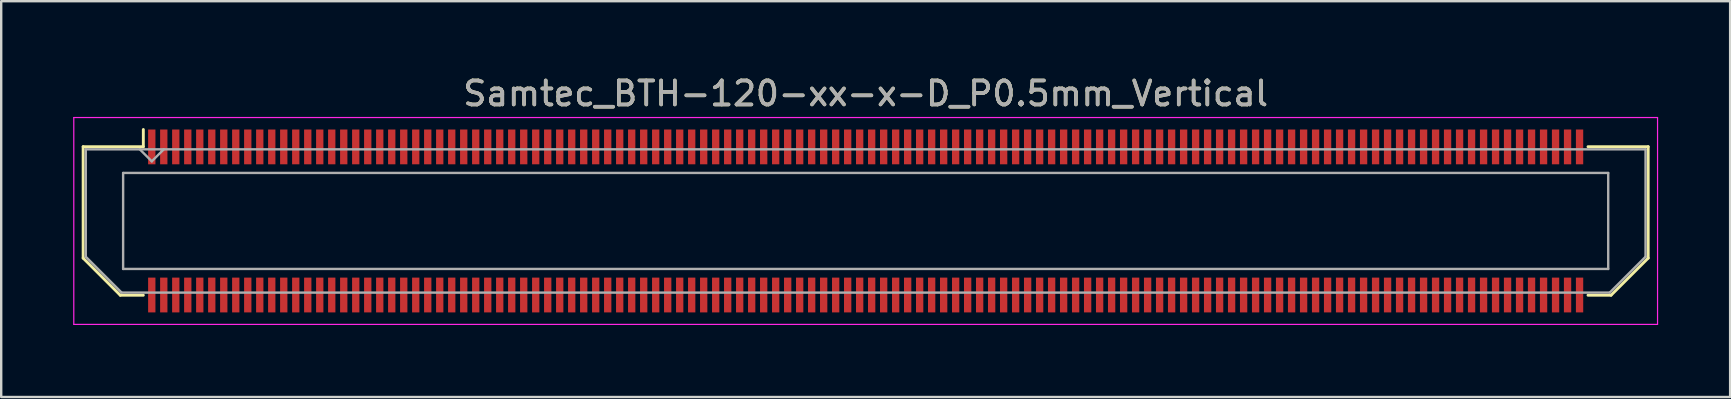
<source format=kicad_pcb>
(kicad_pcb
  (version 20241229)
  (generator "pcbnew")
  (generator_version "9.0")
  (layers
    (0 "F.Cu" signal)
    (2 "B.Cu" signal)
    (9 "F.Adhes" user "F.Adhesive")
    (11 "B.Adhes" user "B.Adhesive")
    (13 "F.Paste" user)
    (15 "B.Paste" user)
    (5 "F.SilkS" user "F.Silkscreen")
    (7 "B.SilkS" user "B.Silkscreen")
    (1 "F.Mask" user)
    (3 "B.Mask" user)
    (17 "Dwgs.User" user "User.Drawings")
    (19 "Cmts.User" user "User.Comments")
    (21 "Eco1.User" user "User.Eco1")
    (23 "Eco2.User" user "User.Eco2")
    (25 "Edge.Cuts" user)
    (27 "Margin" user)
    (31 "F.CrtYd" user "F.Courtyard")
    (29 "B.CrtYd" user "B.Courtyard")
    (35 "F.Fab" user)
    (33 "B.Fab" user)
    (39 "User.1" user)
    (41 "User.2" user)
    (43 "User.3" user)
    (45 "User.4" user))
  (footprint "Samtec_BTH-120-xx-x-D_P0.5mm_Vertical"
    (layer "F.Cu")
    (at 33.025 6.158)
    (property "Reference" "Samtec_BTH-120-xx-x-D_P0.5mm_Vertical" (at 0 -5.31 0) (layer "F.SilkS") (effects (font (size 1 1) (thickness 0.15))))
    (attr smd)
    (fp_line (start -32.61 -3.095) (end -32.61 1.548) (stroke (width 0.12) (type solid)) (layer "F.SilkS"))
    (fp_line (start -32.61 1.548) (end -31.062 3.095) (stroke (width 0.12) (type solid)) (layer "F.SilkS"))
    (fp_line (start -31.062 3.095) (end -30.102 3.095) (stroke (width 0.12) (type solid)) (layer "F.SilkS"))
    (fp_line (start -30.102 -3.811) (end -30.102 -3.095) (stroke (width 0.12) (type solid)) (layer "F.SilkS"))
    (fp_line (start -30.102 -3.095) (end -32.61 -3.095) (stroke (width 0.12) (type solid)) (layer "F.SilkS"))
    (fp_line (start 30.102 -3.095) (end 32.61 -3.095) (stroke (width 0.12) (type solid)) (layer "F.SilkS"))
    (fp_line (start 31.062 3.095) (end 30.102 3.095) (stroke (width 0.12) (type solid)) (layer "F.SilkS"))
    (fp_line (start 32.61 -3.095) (end 32.61 1.548) (stroke (width 0.12) (type solid)) (layer "F.SilkS"))
    (fp_line (start 32.61 1.548) (end 31.062 3.095) (stroke (width 0.12) (type solid)) (layer "F.SilkS"))
    (fp_line (start -33 -4.31) (end -33 4.31) (stroke (width 0.05) (type solid)) (layer "F.CrtYd"))
    (fp_line (start -33 4.31) (end 33 4.31) (stroke (width 0.05) (type solid)) (layer "F.CrtYd"))
    (fp_line (start 33 -4.31) (end -33 -4.31) (stroke (width 0.05) (type solid)) (layer "F.CrtYd"))
    (fp_line (start 33 4.31) (end 33 -4.31) (stroke (width 0.05) (type solid)) (layer "F.CrtYd"))
    (fp_line (start -32.5 -2.985) (end -32.5 1.492) (stroke (width 0.1) (type solid)) (layer "F.Fab"))
    (fp_line (start -32.5 -2.985) (end 32.5 -2.985) (stroke (width 0.1) (type solid)) (layer "F.Fab"))
    (fp_line (start -32.5 1.492) (end -31.008 2.985) (stroke (width 0.1) (type solid)) (layer "F.Fab"))
    (fp_line (start -31.008 2.985) (end 31.008 2.985) (stroke (width 0.1) (type solid)) (layer "F.Fab"))
    (fp_line (start -30.944 -2) (end -30.944 2) (stroke (width 0.1) (type solid)) (layer "F.Fab"))
    (fp_line (start -30.944 2) (end 30.944 2) (stroke (width 0.1) (type solid)) (layer "F.Fab"))
    (fp_line (start -29.75 -2.485) (end -30.25 -2.985) (stroke (width 0.1) (type solid)) (layer "F.Fab"))
    (fp_line (start -29.25 -2.985) (end -29.75 -2.485) (stroke (width 0.1) (type solid)) (layer "F.Fab"))
    (fp_line (start 30.944 -2) (end -30.944 -2) (stroke (width 0.1) (type solid)) (layer "F.Fab"))
    (fp_line (start 30.944 2) (end 30.944 -2) (stroke (width 0.1) (type solid)) (layer "F.Fab"))
    (fp_line (start 32.5 -2.985) (end 32.5 1.492) (stroke (width 0.1) (type solid)) (layer "F.Fab"))
    (fp_line (start 32.5 1.492) (end 31.008 2.985) (stroke (width 0.1) (type solid)) (layer "F.Fab"))
    (fp_text user "${REFERENCE}" (at 0 -5.31 0) (layer "F.Fab") (effects (font (size 1 1) (thickness 0.15))))
    (pad "1" smd rect (at -29.75 -3.086) (size 0.305 1.45) (layers "F.Cu" "F.Mask" "F.Paste"))
    (pad "2" smd rect (at -29.75 3.086) (size 0.305 1.45) (layers "F.Cu" "F.Mask" "F.Paste"))
    (pad "3" smd rect (at -29.25 -3.086) (size 0.305 1.45) (layers "F.Cu" "F.Mask" "F.Paste"))
    (pad "4" smd rect (at -29.25 3.086) (size 0.305 1.45) (layers "F.Cu" "F.Mask" "F.Paste"))
    (pad "5" smd rect (at -28.75 -3.086) (size 0.305 1.45) (layers "F.Cu" "F.Mask" "F.Paste"))
    (pad "6" smd rect (at -28.75 3.086) (size 0.305 1.45) (layers "F.Cu" "F.Mask" "F.Paste"))
    (pad "7" smd rect (at -28.25 -3.086) (size 0.305 1.45) (layers "F.Cu" "F.Mask" "F.Paste"))
    (pad "8" smd rect (at -28.25 3.086) (size 0.305 1.45) (layers "F.Cu" "F.Mask" "F.Paste"))
    (pad "9" smd rect (at -27.75 -3.086) (size 0.305 1.45) (layers "F.Cu" "F.Mask" "F.Paste"))
    (pad "10" smd rect (at -27.75 3.086) (size 0.305 1.45) (layers "F.Cu" "F.Mask" "F.Paste"))
    (pad "11" smd rect (at -27.25 -3.086) (size 0.305 1.45) (layers "F.Cu" "F.Mask" "F.Paste"))
    (pad "12" smd rect (at -27.25 3.086) (size 0.305 1.45) (layers "F.Cu" "F.Mask" "F.Paste"))
    (pad "13" smd rect (at -26.75 -3.086) (size 0.305 1.45) (layers "F.Cu" "F.Mask" "F.Paste"))
    (pad "14" smd rect (at -26.75 3.086) (size 0.305 1.45) (layers "F.Cu" "F.Mask" "F.Paste"))
    (pad "15" smd rect (at -26.25 -3.086) (size 0.305 1.45) (layers "F.Cu" "F.Mask" "F.Paste"))
    (pad "16" smd rect (at -26.25 3.086) (size 0.305 1.45) (layers "F.Cu" "F.Mask" "F.Paste"))
    (pad "17" smd rect (at -25.75 -3.086) (size 0.305 1.45) (layers "F.Cu" "F.Mask" "F.Paste"))
    (pad "18" smd rect (at -25.75 3.086) (size 0.305 1.45) (layers "F.Cu" "F.Mask" "F.Paste"))
    (pad "19" smd rect (at -25.25 -3.086) (size 0.305 1.45) (layers "F.Cu" "F.Mask" "F.Paste"))
    (pad "20" smd rect (at -25.25 3.086) (size 0.305 1.45) (layers "F.Cu" "F.Mask" "F.Paste"))
    (pad "21" smd rect (at -24.75 -3.086) (size 0.305 1.45) (layers "F.Cu" "F.Mask" "F.Paste"))
    (pad "22" smd rect (at -24.75 3.086) (size 0.305 1.45) (layers "F.Cu" "F.Mask" "F.Paste"))
    (pad "23" smd rect (at -24.25 -3.086) (size 0.305 1.45) (layers "F.Cu" "F.Mask" "F.Paste"))
    (pad "24" smd rect (at -24.25 3.086) (size 0.305 1.45) (layers "F.Cu" "F.Mask" "F.Paste"))
    (pad "25" smd rect (at -23.75 -3.086) (size 0.305 1.45) (layers "F.Cu" "F.Mask" "F.Paste"))
    (pad "26" smd rect (at -23.75 3.086) (size 0.305 1.45) (layers "F.Cu" "F.Mask" "F.Paste"))
    (pad "27" smd rect (at -23.25 -3.086) (size 0.305 1.45) (layers "F.Cu" "F.Mask" "F.Paste"))
    (pad "28" smd rect (at -23.25 3.086) (size 0.305 1.45) (layers "F.Cu" "F.Mask" "F.Paste"))
    (pad "29" smd rect (at -22.75 -3.086) (size 0.305 1.45) (layers "F.Cu" "F.Mask" "F.Paste"))
    (pad "30" smd rect (at -22.75 3.086) (size 0.305 1.45) (layers "F.Cu" "F.Mask" "F.Paste"))
    (pad "31" smd rect (at -22.25 -3.086) (size 0.305 1.45) (layers "F.Cu" "F.Mask" "F.Paste"))
    (pad "32" smd rect (at -22.25 3.086) (size 0.305 1.45) (layers "F.Cu" "F.Mask" "F.Paste"))
    (pad "33" smd rect (at -21.75 -3.086) (size 0.305 1.45) (layers "F.Cu" "F.Mask" "F.Paste"))
    (pad "34" smd rect (at -21.75 3.086) (size 0.305 1.45) (layers "F.Cu" "F.Mask" "F.Paste"))
    (pad "35" smd rect (at -21.25 -3.086) (size 0.305 1.45) (layers "F.Cu" "F.Mask" "F.Paste"))
    (pad "36" smd rect (at -21.25 3.086) (size 0.305 1.45) (layers "F.Cu" "F.Mask" "F.Paste"))
    (pad "37" smd rect (at -20.75 -3.086) (size 0.305 1.45) (layers "F.Cu" "F.Mask" "F.Paste"))
    (pad "38" smd rect (at -20.75 3.086) (size 0.305 1.45) (layers "F.Cu" "F.Mask" "F.Paste"))
    (pad "39" smd rect (at -20.25 -3.086) (size 0.305 1.45) (layers "F.Cu" "F.Mask" "F.Paste"))
    (pad "40" smd rect (at -20.25 3.086) (size 0.305 1.45) (layers "F.Cu" "F.Mask" "F.Paste"))
    (pad "41" smd rect (at -19.75 -3.086) (size 0.305 1.45) (layers "F.Cu" "F.Mask" "F.Paste"))
    (pad "42" smd rect (at -19.75 3.086) (size 0.305 1.45) (layers "F.Cu" "F.Mask" "F.Paste"))
    (pad "43" smd rect (at -19.25 -3.086) (size 0.305 1.45) (layers "F.Cu" "F.Mask" "F.Paste"))
    (pad "44" smd rect (at -19.25 3.086) (size 0.305 1.45) (layers "F.Cu" "F.Mask" "F.Paste"))
    (pad "45" smd rect (at -18.75 -3.086) (size 0.305 1.45) (layers "F.Cu" "F.Mask" "F.Paste"))
    (pad "46" smd rect (at -18.75 3.086) (size 0.305 1.45) (layers "F.Cu" "F.Mask" "F.Paste"))
    (pad "47" smd rect (at -18.25 -3.086) (size 0.305 1.45) (layers "F.Cu" "F.Mask" "F.Paste"))
    (pad "48" smd rect (at -18.25 3.086) (size 0.305 1.45) (layers "F.Cu" "F.Mask" "F.Paste"))
    (pad "49" smd rect (at -17.75 -3.086) (size 0.305 1.45) (layers "F.Cu" "F.Mask" "F.Paste"))
    (pad "50" smd rect (at -17.75 3.086) (size 0.305 1.45) (layers "F.Cu" "F.Mask" "F.Paste"))
    (pad "51" smd rect (at -17.25 -3.086) (size 0.305 1.45) (layers "F.Cu" "F.Mask" "F.Paste"))
    (pad "52" smd rect (at -17.25 3.086) (size 0.305 1.45) (layers "F.Cu" "F.Mask" "F.Paste"))
    (pad "53" smd rect (at -16.75 -3.086) (size 0.305 1.45) (layers "F.Cu" "F.Mask" "F.Paste"))
    (pad "54" smd rect (at -16.75 3.086) (size 0.305 1.45) (layers "F.Cu" "F.Mask" "F.Paste"))
    (pad "55" smd rect (at -16.25 -3.086) (size 0.305 1.45) (layers "F.Cu" "F.Mask" "F.Paste"))
    (pad "56" smd rect (at -16.25 3.086) (size 0.305 1.45) (layers "F.Cu" "F.Mask" "F.Paste"))
    (pad "57" smd rect (at -15.75 -3.086) (size 0.305 1.45) (layers "F.Cu" "F.Mask" "F.Paste"))
    (pad "58" smd rect (at -15.75 3.086) (size 0.305 1.45) (layers "F.Cu" "F.Mask" "F.Paste"))
    (pad "59" smd rect (at -15.25 -3.086) (size 0.305 1.45) (layers "F.Cu" "F.Mask" "F.Paste"))
    (pad "60" smd rect (at -15.25 3.086) (size 0.305 1.45) (layers "F.Cu" "F.Mask" "F.Paste"))
    (pad "61" smd rect (at -14.75 -3.086) (size 0.305 1.45) (layers "F.Cu" "F.Mask" "F.Paste"))
    (pad "62" smd rect (at -14.75 3.086) (size 0.305 1.45) (layers "F.Cu" "F.Mask" "F.Paste"))
    (pad "63" smd rect (at -14.25 -3.086) (size 0.305 1.45) (layers "F.Cu" "F.Mask" "F.Paste"))
    (pad "64" smd rect (at -14.25 3.086) (size 0.305 1.45) (layers "F.Cu" "F.Mask" "F.Paste"))
    (pad "65" smd rect (at -13.75 -3.086) (size 0.305 1.45) (layers "F.Cu" "F.Mask" "F.Paste"))
    (pad "66" smd rect (at -13.75 3.086) (size 0.305 1.45) (layers "F.Cu" "F.Mask" "F.Paste"))
    (pad "67" smd rect (at -13.25 -3.086) (size 0.305 1.45) (layers "F.Cu" "F.Mask" "F.Paste"))
    (pad "68" smd rect (at -13.25 3.086) (size 0.305 1.45) (layers "F.Cu" "F.Mask" "F.Paste"))
    (pad "69" smd rect (at -12.75 -3.086) (size 0.305 1.45) (layers "F.Cu" "F.Mask" "F.Paste"))
    (pad "70" smd rect (at -12.75 3.086) (size 0.305 1.45) (layers "F.Cu" "F.Mask" "F.Paste"))
    (pad "71" smd rect (at -12.25 -3.086) (size 0.305 1.45) (layers "F.Cu" "F.Mask" "F.Paste"))
    (pad "72" smd rect (at -12.25 3.086) (size 0.305 1.45) (layers "F.Cu" "F.Mask" "F.Paste"))
    (pad "73" smd rect (at -11.75 -3.086) (size 0.305 1.45) (layers "F.Cu" "F.Mask" "F.Paste"))
    (pad "74" smd rect (at -11.75 3.086) (size 0.305 1.45) (layers "F.Cu" "F.Mask" "F.Paste"))
    (pad "75" smd rect (at -11.25 -3.086) (size 0.305 1.45) (layers "F.Cu" "F.Mask" "F.Paste"))
    (pad "76" smd rect (at -11.25 3.086) (size 0.305 1.45) (layers "F.Cu" "F.Mask" "F.Paste"))
    (pad "77" smd rect (at -10.75 -3.086) (size 0.305 1.45) (layers "F.Cu" "F.Mask" "F.Paste"))
    (pad "78" smd rect (at -10.75 3.086) (size 0.305 1.45) (layers "F.Cu" "F.Mask" "F.Paste"))
    (pad "79" smd rect (at -10.25 -3.086) (size 0.305 1.45) (layers "F.Cu" "F.Mask" "F.Paste"))
    (pad "80" smd rect (at -10.25 3.086) (size 0.305 1.45) (layers "F.Cu" "F.Mask" "F.Paste"))
    (pad "81" smd rect (at -9.75 -3.086) (size 0.305 1.45) (layers "F.Cu" "F.Mask" "F.Paste"))
    (pad "82" smd rect (at -9.75 3.086) (size 0.305 1.45) (layers "F.Cu" "F.Mask" "F.Paste"))
    (pad "83" smd rect (at -9.25 -3.086) (size 0.305 1.45) (layers "F.Cu" "F.Mask" "F.Paste"))
    (pad "84" smd rect (at -9.25 3.086) (size 0.305 1.45) (layers "F.Cu" "F.Mask" "F.Paste"))
    (pad "85" smd rect (at -8.75 -3.086) (size 0.305 1.45) (layers "F.Cu" "F.Mask" "F.Paste"))
    (pad "86" smd rect (at -8.75 3.086) (size 0.305 1.45) (layers "F.Cu" "F.Mask" "F.Paste"))
    (pad "87" smd rect (at -8.25 -3.086) (size 0.305 1.45) (layers "F.Cu" "F.Mask" "F.Paste"))
    (pad "88" smd rect (at -8.25 3.086) (size 0.305 1.45) (layers "F.Cu" "F.Mask" "F.Paste"))
    (pad "89" smd rect (at -7.75 -3.086) (size 0.305 1.45) (layers "F.Cu" "F.Mask" "F.Paste"))
    (pad "90" smd rect (at -7.75 3.086) (size 0.305 1.45) (layers "F.Cu" "F.Mask" "F.Paste"))
    (pad "91" smd rect (at -7.25 -3.086) (size 0.305 1.45) (layers "F.Cu" "F.Mask" "F.Paste"))
    (pad "92" smd rect (at -7.25 3.086) (size 0.305 1.45) (layers "F.Cu" "F.Mask" "F.Paste"))
    (pad "93" smd rect (at -6.75 -3.086) (size 0.305 1.45) (layers "F.Cu" "F.Mask" "F.Paste"))
    (pad "94" smd rect (at -6.75 3.086) (size 0.305 1.45) (layers "F.Cu" "F.Mask" "F.Paste"))
    (pad "95" smd rect (at -6.25 -3.086) (size 0.305 1.45) (layers "F.Cu" "F.Mask" "F.Paste"))
    (pad "96" smd rect (at -6.25 3.086) (size 0.305 1.45) (layers "F.Cu" "F.Mask" "F.Paste"))
    (pad "97" smd rect (at -5.75 -3.086) (size 0.305 1.45) (layers "F.Cu" "F.Mask" "F.Paste"))
    (pad "98" smd rect (at -5.75 3.086) (size 0.305 1.45) (layers "F.Cu" "F.Mask" "F.Paste"))
    (pad "99" smd rect (at -5.25 -3.086) (size 0.305 1.45) (layers "F.Cu" "F.Mask" "F.Paste"))
    (pad "100" smd rect (at -5.25 3.086) (size 0.305 1.45) (layers "F.Cu" "F.Mask" "F.Paste"))
    (pad "101" smd rect (at -4.75 -3.086) (size 0.305 1.45) (layers "F.Cu" "F.Mask" "F.Paste"))
    (pad "102" smd rect (at -4.75 3.086) (size 0.305 1.45) (layers "F.Cu" "F.Mask" "F.Paste"))
    (pad "103" smd rect (at -4.25 -3.086) (size 0.305 1.45) (layers "F.Cu" "F.Mask" "F.Paste"))
    (pad "104" smd rect (at -4.25 3.086) (size 0.305 1.45) (layers "F.Cu" "F.Mask" "F.Paste"))
    (pad "105" smd rect (at -3.75 -3.086) (size 0.305 1.45) (layers "F.Cu" "F.Mask" "F.Paste"))
    (pad "106" smd rect (at -3.75 3.086) (size 0.305 1.45) (layers "F.Cu" "F.Mask" "F.Paste"))
    (pad "107" smd rect (at -3.25 -3.086) (size 0.305 1.45) (layers "F.Cu" "F.Mask" "F.Paste"))
    (pad "108" smd rect (at -3.25 3.086) (size 0.305 1.45) (layers "F.Cu" "F.Mask" "F.Paste"))
    (pad "109" smd rect (at -2.75 -3.086) (size 0.305 1.45) (layers "F.Cu" "F.Mask" "F.Paste"))
    (pad "110" smd rect (at -2.75 3.086) (size 0.305 1.45) (layers "F.Cu" "F.Mask" "F.Paste"))
    (pad "111" smd rect (at -2.25 -3.086) (size 0.305 1.45) (layers "F.Cu" "F.Mask" "F.Paste"))
    (pad "112" smd rect (at -2.25 3.086) (size 0.305 1.45) (layers "F.Cu" "F.Mask" "F.Paste"))
    (pad "113" smd rect (at -1.75 -3.086) (size 0.305 1.45) (layers "F.Cu" "F.Mask" "F.Paste"))
    (pad "114" smd rect (at -1.75 3.086) (size 0.305 1.45) (layers "F.Cu" "F.Mask" "F.Paste"))
    (pad "115" smd rect (at -1.25 -3.086) (size 0.305 1.45) (layers "F.Cu" "F.Mask" "F.Paste"))
    (pad "116" smd rect (at -1.25 3.086) (size 0.305 1.45) (layers "F.Cu" "F.Mask" "F.Paste"))
    (pad "117" smd rect (at -0.75 -3.086) (size 0.305 1.45) (layers "F.Cu" "F.Mask" "F.Paste"))
    (pad "118" smd rect (at -0.75 3.086) (size 0.305 1.45) (layers "F.Cu" "F.Mask" "F.Paste"))
    (pad "119" smd rect (at -0.25 -3.086) (size 0.305 1.45) (layers "F.Cu" "F.Mask" "F.Paste"))
    (pad "120" smd rect (at -0.25 3.086) (size 0.305 1.45) (layers "F.Cu" "F.Mask" "F.Paste"))
    (pad "121" smd rect (at 0.25 -3.086) (size 0.305 1.45) (layers "F.Cu" "F.Mask" "F.Paste"))
    (pad "122" smd rect (at 0.25 3.086) (size 0.305 1.45) (layers "F.Cu" "F.Mask" "F.Paste"))
    (pad "123" smd rect (at 0.75 -3.086) (size 0.305 1.45) (layers "F.Cu" "F.Mask" "F.Paste"))
    (pad "124" smd rect (at 0.75 3.086) (size 0.305 1.45) (layers "F.Cu" "F.Mask" "F.Paste"))
    (pad "125" smd rect (at 1.25 -3.086) (size 0.305 1.45) (layers "F.Cu" "F.Mask" "F.Paste"))
    (pad "126" smd rect (at 1.25 3.086) (size 0.305 1.45) (layers "F.Cu" "F.Mask" "F.Paste"))
    (pad "127" smd rect (at 1.75 -3.086) (size 0.305 1.45) (layers "F.Cu" "F.Mask" "F.Paste"))
    (pad "128" smd rect (at 1.75 3.086) (size 0.305 1.45) (layers "F.Cu" "F.Mask" "F.Paste"))
    (pad "129" smd rect (at 2.25 -3.086) (size 0.305 1.45) (layers "F.Cu" "F.Mask" "F.Paste"))
    (pad "130" smd rect (at 2.25 3.086) (size 0.305 1.45) (layers "F.Cu" "F.Mask" "F.Paste"))
    (pad "131" smd rect (at 2.75 -3.086) (size 0.305 1.45) (layers "F.Cu" "F.Mask" "F.Paste"))
    (pad "132" smd rect (at 2.75 3.086) (size 0.305 1.45) (layers "F.Cu" "F.Mask" "F.Paste"))
    (pad "133" smd rect (at 3.25 -3.086) (size 0.305 1.45) (layers "F.Cu" "F.Mask" "F.Paste"))
    (pad "134" smd rect (at 3.25 3.086) (size 0.305 1.45) (layers "F.Cu" "F.Mask" "F.Paste"))
    (pad "135" smd rect (at 3.75 -3.086) (size 0.305 1.45) (layers "F.Cu" "F.Mask" "F.Paste"))
    (pad "136" smd rect (at 3.75 3.086) (size 0.305 1.45) (layers "F.Cu" "F.Mask" "F.Paste"))
    (pad "137" smd rect (at 4.25 -3.086) (size 0.305 1.45) (layers "F.Cu" "F.Mask" "F.Paste"))
    (pad "138" smd rect (at 4.25 3.086) (size 0.305 1.45) (layers "F.Cu" "F.Mask" "F.Paste"))
    (pad "139" smd rect (at 4.75 -3.086) (size 0.305 1.45) (layers "F.Cu" "F.Mask" "F.Paste"))
    (pad "140" smd rect (at 4.75 3.086) (size 0.305 1.45) (layers "F.Cu" "F.Mask" "F.Paste"))
    (pad "141" smd rect (at 5.25 -3.086) (size 0.305 1.45) (layers "F.Cu" "F.Mask" "F.Paste"))
    (pad "142" smd rect (at 5.25 3.086) (size 0.305 1.45) (layers "F.Cu" "F.Mask" "F.Paste"))
    (pad "143" smd rect (at 5.75 -3.086) (size 0.305 1.45) (layers "F.Cu" "F.Mask" "F.Paste"))
    (pad "144" smd rect (at 5.75 3.086) (size 0.305 1.45) (layers "F.Cu" "F.Mask" "F.Paste"))
    (pad "145" smd rect (at 6.25 -3.086) (size 0.305 1.45) (layers "F.Cu" "F.Mask" "F.Paste"))
    (pad "146" smd rect (at 6.25 3.086) (size 0.305 1.45) (layers "F.Cu" "F.Mask" "F.Paste"))
    (pad "147" smd rect (at 6.75 -3.086) (size 0.305 1.45) (layers "F.Cu" "F.Mask" "F.Paste"))
    (pad "148" smd rect (at 6.75 3.086) (size 0.305 1.45) (layers "F.Cu" "F.Mask" "F.Paste"))
    (pad "149" smd rect (at 7.25 -3.086) (size 0.305 1.45) (layers "F.Cu" "F.Mask" "F.Paste"))
    (pad "150" smd rect (at 7.25 3.086) (size 0.305 1.45) (layers "F.Cu" "F.Mask" "F.Paste"))
    (pad "151" smd rect (at 7.75 -3.086) (size 0.305 1.45) (layers "F.Cu" "F.Mask" "F.Paste"))
    (pad "152" smd rect (at 7.75 3.086) (size 0.305 1.45) (layers "F.Cu" "F.Mask" "F.Paste"))
    (pad "153" smd rect (at 8.25 -3.086) (size 0.305 1.45) (layers "F.Cu" "F.Mask" "F.Paste"))
    (pad "154" smd rect (at 8.25 3.086) (size 0.305 1.45) (layers "F.Cu" "F.Mask" "F.Paste"))
    (pad "155" smd rect (at 8.75 -3.086) (size 0.305 1.45) (layers "F.Cu" "F.Mask" "F.Paste"))
    (pad "156" smd rect (at 8.75 3.086) (size 0.305 1.45) (layers "F.Cu" "F.Mask" "F.Paste"))
    (pad "157" smd rect (at 9.25 -3.086) (size 0.305 1.45) (layers "F.Cu" "F.Mask" "F.Paste"))
    (pad "158" smd rect (at 9.25 3.086) (size 0.305 1.45) (layers "F.Cu" "F.Mask" "F.Paste"))
    (pad "159" smd rect (at 9.75 -3.086) (size 0.305 1.45) (layers "F.Cu" "F.Mask" "F.Paste"))
    (pad "160" smd rect (at 9.75 3.086) (size 0.305 1.45) (layers "F.Cu" "F.Mask" "F.Paste"))
    (pad "161" smd rect (at 10.25 -3.086) (size 0.305 1.45) (layers "F.Cu" "F.Mask" "F.Paste"))
    (pad "162" smd rect (at 10.25 3.086) (size 0.305 1.45) (layers "F.Cu" "F.Mask" "F.Paste"))
    (pad "163" smd rect (at 10.75 -3.086) (size 0.305 1.45) (layers "F.Cu" "F.Mask" "F.Paste"))
    (pad "164" smd rect (at 10.75 3.086) (size 0.305 1.45) (layers "F.Cu" "F.Mask" "F.Paste"))
    (pad "165" smd rect (at 11.25 -3.086) (size 0.305 1.45) (layers "F.Cu" "F.Mask" "F.Paste"))
    (pad "166" smd rect (at 11.25 3.086) (size 0.305 1.45) (layers "F.Cu" "F.Mask" "F.Paste"))
    (pad "167" smd rect (at 11.75 -3.086) (size 0.305 1.45) (layers "F.Cu" "F.Mask" "F.Paste"))
    (pad "168" smd rect (at 11.75 3.086) (size 0.305 1.45) (layers "F.Cu" "F.Mask" "F.Paste"))
    (pad "169" smd rect (at 12.25 -3.086) (size 0.305 1.45) (layers "F.Cu" "F.Mask" "F.Paste"))
    (pad "170" smd rect (at 12.25 3.086) (size 0.305 1.45) (layers "F.Cu" "F.Mask" "F.Paste"))
    (pad "171" smd rect (at 12.75 -3.086) (size 0.305 1.45) (layers "F.Cu" "F.Mask" "F.Paste"))
    (pad "172" smd rect (at 12.75 3.086) (size 0.305 1.45) (layers "F.Cu" "F.Mask" "F.Paste"))
    (pad "173" smd rect (at 13.25 -3.086) (size 0.305 1.45) (layers "F.Cu" "F.Mask" "F.Paste"))
    (pad "174" smd rect (at 13.25 3.086) (size 0.305 1.45) (layers "F.Cu" "F.Mask" "F.Paste"))
    (pad "175" smd rect (at 13.75 -3.086) (size 0.305 1.45) (layers "F.Cu" "F.Mask" "F.Paste"))
    (pad "176" smd rect (at 13.75 3.086) (size 0.305 1.45) (layers "F.Cu" "F.Mask" "F.Paste"))
    (pad "177" smd rect (at 14.25 -3.086) (size 0.305 1.45) (layers "F.Cu" "F.Mask" "F.Paste"))
    (pad "178" smd rect (at 14.25 3.086) (size 0.305 1.45) (layers "F.Cu" "F.Mask" "F.Paste"))
    (pad "179" smd rect (at 14.75 -3.086) (size 0.305 1.45) (layers "F.Cu" "F.Mask" "F.Paste"))
    (pad "180" smd rect (at 14.75 3.086) (size 0.305 1.45) (layers "F.Cu" "F.Mask" "F.Paste"))
    (pad "181" smd rect (at 15.25 -3.086) (size 0.305 1.45) (layers "F.Cu" "F.Mask" "F.Paste"))
    (pad "182" smd rect (at 15.25 3.086) (size 0.305 1.45) (layers "F.Cu" "F.Mask" "F.Paste"))
    (pad "183" smd rect (at 15.75 -3.086) (size 0.305 1.45) (layers "F.Cu" "F.Mask" "F.Paste"))
    (pad "184" smd rect (at 15.75 3.086) (size 0.305 1.45) (layers "F.Cu" "F.Mask" "F.Paste"))
    (pad "185" smd rect (at 16.25 -3.086) (size 0.305 1.45) (layers "F.Cu" "F.Mask" "F.Paste"))
    (pad "186" smd rect (at 16.25 3.086) (size 0.305 1.45) (layers "F.Cu" "F.Mask" "F.Paste"))
    (pad "187" smd rect (at 16.75 -3.086) (size 0.305 1.45) (layers "F.Cu" "F.Mask" "F.Paste"))
    (pad "188" smd rect (at 16.75 3.086) (size 0.305 1.45) (layers "F.Cu" "F.Mask" "F.Paste"))
    (pad "189" smd rect (at 17.25 -3.086) (size 0.305 1.45) (layers "F.Cu" "F.Mask" "F.Paste"))
    (pad "190" smd rect (at 17.25 3.086) (size 0.305 1.45) (layers "F.Cu" "F.Mask" "F.Paste"))
    (pad "191" smd rect (at 17.75 -3.086) (size 0.305 1.45) (layers "F.Cu" "F.Mask" "F.Paste"))
    (pad "192" smd rect (at 17.75 3.086) (size 0.305 1.45) (layers "F.Cu" "F.Mask" "F.Paste"))
    (pad "193" smd rect (at 18.25 -3.086) (size 0.305 1.45) (layers "F.Cu" "F.Mask" "F.Paste"))
    (pad "194" smd rect (at 18.25 3.086) (size 0.305 1.45) (layers "F.Cu" "F.Mask" "F.Paste"))
    (pad "195" smd rect (at 18.75 -3.086) (size 0.305 1.45) (layers "F.Cu" "F.Mask" "F.Paste"))
    (pad "196" smd rect (at 18.75 3.086) (size 0.305 1.45) (layers "F.Cu" "F.Mask" "F.Paste"))
    (pad "197" smd rect (at 19.25 -3.086) (size 0.305 1.45) (layers "F.Cu" "F.Mask" "F.Paste"))
    (pad "198" smd rect (at 19.25 3.086) (size 0.305 1.45) (layers "F.Cu" "F.Mask" "F.Paste"))
    (pad "199" smd rect (at 19.75 -3.086) (size 0.305 1.45) (layers "F.Cu" "F.Mask" "F.Paste"))
    (pad "200" smd rect (at 19.75 3.086) (size 0.305 1.45) (layers "F.Cu" "F.Mask" "F.Paste"))
    (pad "201" smd rect (at 20.25 -3.086) (size 0.305 1.45) (layers "F.Cu" "F.Mask" "F.Paste"))
    (pad "202" smd rect (at 20.25 3.086) (size 0.305 1.45) (layers "F.Cu" "F.Mask" "F.Paste"))
    (pad "203" smd rect (at 20.75 -3.086) (size 0.305 1.45) (layers "F.Cu" "F.Mask" "F.Paste"))
    (pad "204" smd rect (at 20.75 3.086) (size 0.305 1.45) (layers "F.Cu" "F.Mask" "F.Paste"))
    (pad "205" smd rect (at 21.25 -3.086) (size 0.305 1.45) (layers "F.Cu" "F.Mask" "F.Paste"))
    (pad "206" smd rect (at 21.25 3.086) (size 0.305 1.45) (layers "F.Cu" "F.Mask" "F.Paste"))
    (pad "207" smd rect (at 21.75 -3.086) (size 0.305 1.45) (layers "F.Cu" "F.Mask" "F.Paste"))
    (pad "208" smd rect (at 21.75 3.086) (size 0.305 1.45) (layers "F.Cu" "F.Mask" "F.Paste"))
    (pad "209" smd rect (at 22.25 -3.086) (size 0.305 1.45) (layers "F.Cu" "F.Mask" "F.Paste"))
    (pad "210" smd rect (at 22.25 3.086) (size 0.305 1.45) (layers "F.Cu" "F.Mask" "F.Paste"))
    (pad "211" smd rect (at 22.75 -3.086) (size 0.305 1.45) (layers "F.Cu" "F.Mask" "F.Paste"))
    (pad "212" smd rect (at 22.75 3.086) (size 0.305 1.45) (layers "F.Cu" "F.Mask" "F.Paste"))
    (pad "213" smd rect (at 23.25 -3.086) (size 0.305 1.45) (layers "F.Cu" "F.Mask" "F.Paste"))
    (pad "214" smd rect (at 23.25 3.086) (size 0.305 1.45) (layers "F.Cu" "F.Mask" "F.Paste"))
    (pad "215" smd rect (at 23.75 -3.086) (size 0.305 1.45) (layers "F.Cu" "F.Mask" "F.Paste"))
    (pad "216" smd rect (at 23.75 3.086) (size 0.305 1.45) (layers "F.Cu" "F.Mask" "F.Paste"))
    (pad "217" smd rect (at 24.25 -3.086) (size 0.305 1.45) (layers "F.Cu" "F.Mask" "F.Paste"))
    (pad "218" smd rect (at 24.25 3.086) (size 0.305 1.45) (layers "F.Cu" "F.Mask" "F.Paste"))
    (pad "219" smd rect (at 24.75 -3.086) (size 0.305 1.45) (layers "F.Cu" "F.Mask" "F.Paste"))
    (pad "220" smd rect (at 24.75 3.086) (size 0.305 1.45) (layers "F.Cu" "F.Mask" "F.Paste"))
    (pad "221" smd rect (at 25.25 -3.086) (size 0.305 1.45) (layers "F.Cu" "F.Mask" "F.Paste"))
    (pad "222" smd rect (at 25.25 3.086) (size 0.305 1.45) (layers "F.Cu" "F.Mask" "F.Paste"))
    (pad "223" smd rect (at 25.75 -3.086) (size 0.305 1.45) (layers "F.Cu" "F.Mask" "F.Paste"))
    (pad "224" smd rect (at 25.75 3.086) (size 0.305 1.45) (layers "F.Cu" "F.Mask" "F.Paste"))
    (pad "225" smd rect (at 26.25 -3.086) (size 0.305 1.45) (layers "F.Cu" "F.Mask" "F.Paste"))
    (pad "226" smd rect (at 26.25 3.086) (size 0.305 1.45) (layers "F.Cu" "F.Mask" "F.Paste"))
    (pad "227" smd rect (at 26.75 -3.086) (size 0.305 1.45) (layers "F.Cu" "F.Mask" "F.Paste"))
    (pad "228" smd rect (at 26.75 3.086) (size 0.305 1.45) (layers "F.Cu" "F.Mask" "F.Paste"))
    (pad "229" smd rect (at 27.25 -3.086) (size 0.305 1.45) (layers "F.Cu" "F.Mask" "F.Paste"))
    (pad "230" smd rect (at 27.25 3.086) (size 0.305 1.45) (layers "F.Cu" "F.Mask" "F.Paste"))
    (pad "231" smd rect (at 27.75 -3.086) (size 0.305 1.45) (layers "F.Cu" "F.Mask" "F.Paste"))
    (pad "232" smd rect (at 27.75 3.086) (size 0.305 1.45) (layers "F.Cu" "F.Mask" "F.Paste"))
    (pad "233" smd rect (at 28.25 -3.086) (size 0.305 1.45) (layers "F.Cu" "F.Mask" "F.Paste"))
    (pad "234" smd rect (at 28.25 3.086) (size 0.305 1.45) (layers "F.Cu" "F.Mask" "F.Paste"))
    (pad "235" smd rect (at 28.75 -3.086) (size 0.305 1.45) (layers "F.Cu" "F.Mask" "F.Paste"))
    (pad "236" smd rect (at 28.75 3.086) (size 0.305 1.45) (layers "F.Cu" "F.Mask" "F.Paste"))
    (pad "237" smd rect (at 29.25 -3.086) (size 0.305 1.45) (layers "F.Cu" "F.Mask" "F.Paste"))
    (pad "238" smd rect (at 29.25 3.086) (size 0.305 1.45) (layers "F.Cu" "F.Mask" "F.Paste"))
    (pad "239" smd rect (at 29.75 -3.086) (size 0.305 1.45) (layers "F.Cu" "F.Mask" "F.Paste"))
    (pad "240" smd rect (at 29.75 3.086) (size 0.305 1.45) (layers "F.Cu" "F.Mask" "F.Paste")))
  (gr_rect
    (start -3 -3)
    (end 69.05 13.493)
    (stroke (width 0.1) (type default))
    (fill no)
    (layer "Edge.Cuts")))
</source>
